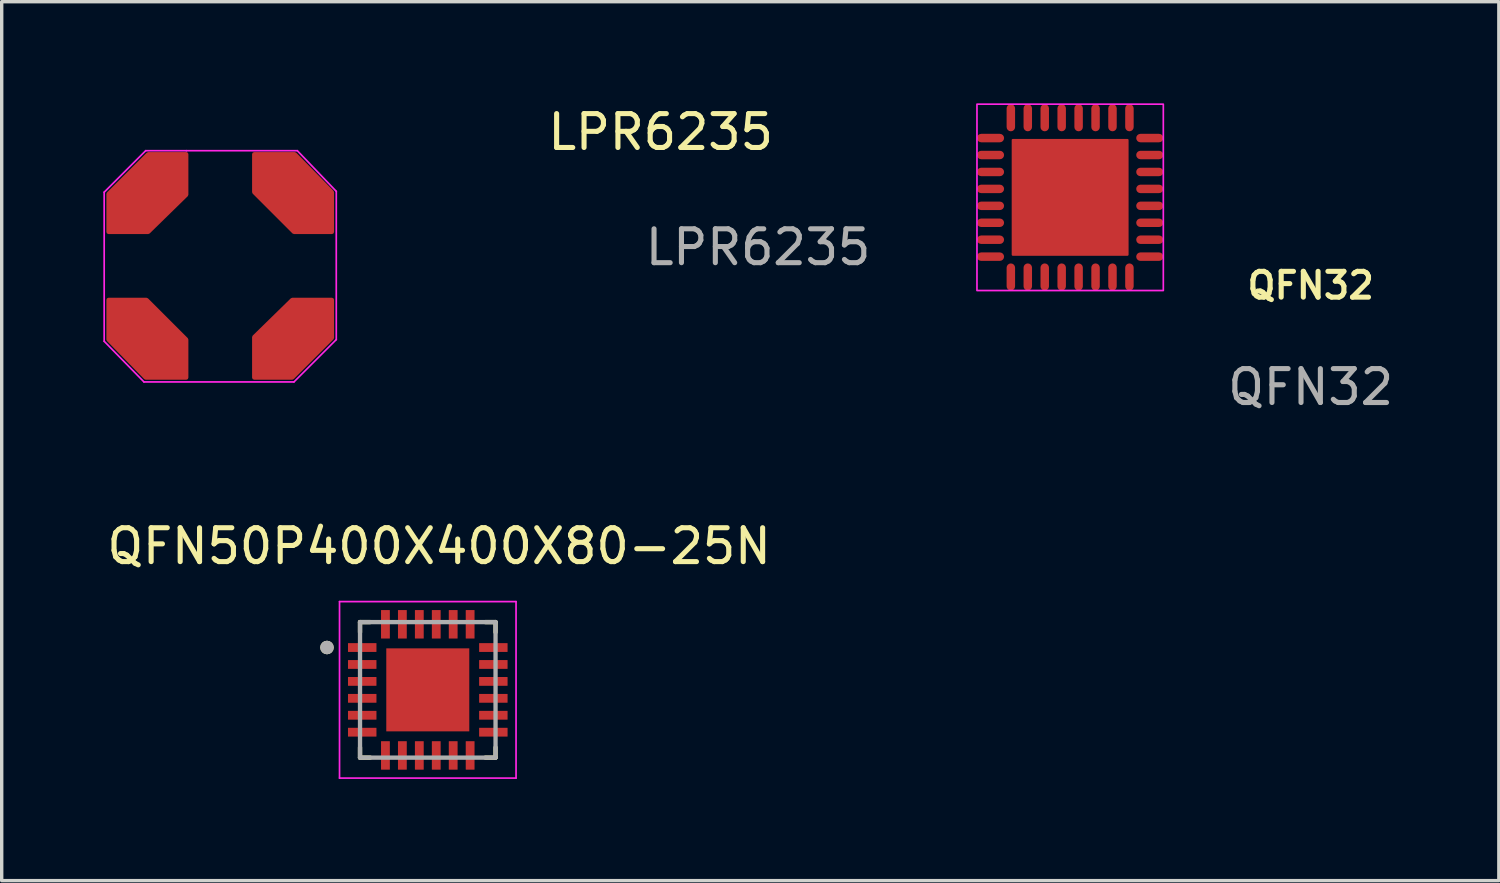
<source format=kicad_pcb>
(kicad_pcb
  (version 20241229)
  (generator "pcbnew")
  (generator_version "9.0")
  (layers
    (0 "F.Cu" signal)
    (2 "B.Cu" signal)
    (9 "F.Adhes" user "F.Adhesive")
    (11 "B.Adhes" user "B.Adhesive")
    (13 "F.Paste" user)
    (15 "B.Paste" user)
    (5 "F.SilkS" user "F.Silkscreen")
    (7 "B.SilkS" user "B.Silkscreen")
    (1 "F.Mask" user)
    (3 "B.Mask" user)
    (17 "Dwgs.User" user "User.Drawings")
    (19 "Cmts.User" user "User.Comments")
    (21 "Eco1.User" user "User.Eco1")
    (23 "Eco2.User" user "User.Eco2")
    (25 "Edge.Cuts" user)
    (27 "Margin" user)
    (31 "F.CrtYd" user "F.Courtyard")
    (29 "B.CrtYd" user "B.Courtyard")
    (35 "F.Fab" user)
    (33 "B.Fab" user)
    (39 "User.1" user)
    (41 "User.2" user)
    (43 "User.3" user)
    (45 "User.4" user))
  (footprint "LPR6235"
    (layer "F.Cu")
    (at 3.45 4.798)
    (property "Reference" "LPR6235" (at 13 -3.95 0) (unlocked yes) (layer "F.SilkS") (effects (font (size 1 1) (thickness 0.15))))
    (attr smd)
    (fp_poly (pts (xy -3.3 -1) (xy -3.3 -2.125) (xy -2.125 -3.3) (xy -1 -3.3) (xy -1 -2.1) (xy -2.125 -1)) (stroke (width 0.18) (type solid)) (fill yes) (layer "F.Mask"))
    (fp_poly (pts (xy -3.3 1) (xy -2.175 1) (xy -1 2.175) (xy -1 3.3) (xy -2.2 3.3) (xy -3.3 2.175)) (stroke (width 0.18) (type solid)) (fill yes) (layer "F.Mask"))
    (fp_poly (pts (xy 3.3 -1) (xy 2.175 -1) (xy 1 -2.175) (xy 1 -3.3) (xy 2.2 -3.3) (xy 3.3 -2.175)) (stroke (width 0.18) (type solid)) (fill yes) (layer "F.Mask"))
    (fp_poly (pts (xy 3.3 1) (xy 3.3 2.125) (xy 2.125 3.3) (xy 1 3.3) (xy 1 2.1) (xy 2.125 1)) (stroke (width 0.18) (type solid)) (fill yes) (layer "F.Mask"))
    (fp_line (start -3.425 -2.175) (end -3.425 2.225) (stroke (width 0.05) (type default)) (layer "F.CrtYd"))
    (fp_line (start -3.425 2.225) (end -2.25 3.425) (stroke (width 0.05) (type default)) (layer "F.CrtYd"))
    (fp_line (start -2.25 3.425) (end 2.175 3.425) (stroke (width 0.05) (type default)) (layer "F.CrtYd"))
    (fp_line (start -2.2 -3.4) (end -3.425 -2.175) (stroke (width 0.05) (type default)) (layer "F.CrtYd"))
    (fp_line (start -1 -3.4) (end -2.2 -3.4) (stroke (width 0.05) (type default)) (layer "F.CrtYd"))
    (fp_line (start 2.175 3.425) (end 3.425 2.175) (stroke (width 0.05) (type default)) (layer "F.CrtYd"))
    (fp_line (start 2.275 -3.4) (end -1 -3.4) (stroke (width 0.05) (type default)) (layer "F.CrtYd"))
    (fp_line (start 3.425 -2.2) (end 2.275 -3.4) (stroke (width 0.05) (type default)) (layer "F.CrtYd"))
    (fp_line (start 3.425 2.175) (end 3.425 -2.2) (stroke (width 0.05) (type default)) (layer "F.CrtYd"))
    (fp_text user "${REFERENCE}" (at 15.875 -0.55 0) (unlocked yes) (layer "F.Fab") (effects (font (size 1 1) (thickness 0.15))))
    (pad "1" smd custom (at -2.125 -2.125) (size 1 1) (layers "F.Cu" "F.Mask" "F.Paste") (options (anchor circle)) (primitives (gr_poly (pts (xy -0.5 -0.25) (xy -0.481 -0.346) (xy -0.427 -0.427) (xy -0.346 -0.481) (xy -0.25 -0.5) (xy 0.25 -0.5) (xy 0.346 -0.481) (xy 0.427 -0.427) (xy 0.481 -0.346) (xy 0.5 -0.25) (xy 0.5 0.25) (xy 0.481 0.346) (xy 0.427 0.427) (xy 0.346 0.481) (xy 0.25 0.5) (xy -0.25 0.5) (xy -0.346 0.481) (xy -0.427 0.427) (xy -0.481 0.346) (xy -0.5 0.25)) (width 0) (fill yes)) (gr_poly (pts (xy -1.175 1.125) (xy -1.175 0) (xy 0 -1.175) (xy 1.125 -1.175) (xy 1.125 0.025) (xy 0 1.125)) (width 0.12) (fill yes))))
    (pad "2" smd custom (at -2.125 2.125) (size 1 1) (layers "F.Cu" "F.Mask" "F.Paste") (options (anchor circle)) (primitives (gr_poly (pts (xy -0.5 -0.25) (xy -0.481 -0.346) (xy -0.427 -0.427) (xy -0.346 -0.481) (xy -0.25 -0.5) (xy 0.25 -0.5) (xy 0.346 -0.481) (xy 0.427 -0.427) (xy 0.481 -0.346) (xy 0.5 -0.25) (xy 0.5 0.25) (xy 0.481 0.346) (xy 0.427 0.427) (xy 0.346 0.481) (xy 0.25 0.5) (xy -0.25 0.5) (xy -0.346 0.481) (xy -0.427 0.427) (xy -0.481 0.346) (xy -0.5 0.25)) (width 0) (fill yes)) (gr_poly (pts (xy -1.175 -1.125) (xy -0.05 -1.125) (xy 1.125 0.05) (xy 1.125 1.175) (xy -0.075 1.175) (xy -1.175 0.05)) (width 0.12) (fill yes))))
    (pad "3" smd custom (at 2.125 2.125) (size 1 1) (layers "F.Cu" "F.Mask" "F.Paste") (options (anchor circle)) (primitives (gr_poly (pts (xy -0.5 -0.25) (xy -0.481 -0.346) (xy -0.427 -0.427) (xy -0.346 -0.481) (xy -0.25 -0.5) (xy 0.25 -0.5) (xy 0.346 -0.481) (xy 0.427 -0.427) (xy 0.481 -0.346) (xy 0.5 -0.25) (xy 0.5 0.25) (xy 0.481 0.346) (xy 0.427 0.427) (xy 0.346 0.481) (xy 0.25 0.5) (xy -0.25 0.5) (xy -0.346 0.481) (xy -0.427 0.427) (xy -0.481 0.346) (xy -0.5 0.25)) (width 0) (fill yes)) (gr_poly (pts (xy 1.175 -1.125) (xy 1.175 0) (xy 0 1.175) (xy -1.125 1.175) (xy -1.125 -0.025) (xy 0 -1.125)) (width 0.12) (fill yes))))
    (pad "4" smd custom (at 2.125 -2.125) (size 1 1) (layers "F.Cu" "F.Mask" "F.Paste") (options (anchor circle)) (primitives (gr_poly (pts (xy -0.5 -0.25) (xy -0.481 -0.346) (xy -0.427 -0.427) (xy -0.346 -0.481) (xy -0.25 -0.5) (xy 0.25 -0.5) (xy 0.346 -0.481) (xy 0.427 -0.427) (xy 0.481 -0.346) (xy 0.5 -0.25) (xy 0.5 0.25) (xy 0.481 0.346) (xy 0.427 0.427) (xy 0.346 0.481) (xy 0.25 0.5) (xy -0.25 0.5) (xy -0.346 0.481) (xy -0.427 0.427) (xy -0.481 0.346) (xy -0.5 0.25)) (width 0) (fill yes)) (gr_poly (pts (xy 1.175 1.125) (xy 0.05 1.125) (xy -1.125 -0.05) (xy -1.125 -1.175) (xy 0.075 -1.175) (xy 1.175 -0.05)) (width 0.12) (fill yes)))))
  (footprint "QFN50P400X400X80-25N"
    (layer "F.Cu")
    (at 9.576 17.311)
    (property "Reference" "QFN50P400X400X80-25N" (at 0.335 -4.24 0) (layer "F.SilkS") (effects (font (size 1 1) (thickness 0.15))))
    (attr smd)
    (fp_line (start -2 -2) (end -2 -1.7) (stroke (width 0.127) (type solid)) (layer "F.SilkS"))
    (fp_line (start -2 -2) (end -1.7 -2) (stroke (width 0.127) (type solid)) (layer "F.SilkS"))
    (fp_line (start -2 2) (end -2 1.7) (stroke (width 0.127) (type solid)) (layer "F.SilkS"))
    (fp_line (start -2 2) (end -1.7 2) (stroke (width 0.127) (type solid)) (layer "F.SilkS"))
    (fp_line (start 2 -2) (end 1.7 -2) (stroke (width 0.127) (type solid)) (layer "F.SilkS"))
    (fp_line (start 2 -2) (end 2 -1.7) (stroke (width 0.127) (type solid)) (layer "F.SilkS"))
    (fp_line (start 2 2) (end 1.7 2) (stroke (width 0.127) (type solid)) (layer "F.SilkS"))
    (fp_line (start 2 2) (end 2 1.7) (stroke (width 0.127) (type solid)) (layer "F.SilkS"))
    (fp_circle (center -2.975 -1.25) (end -2.875 -1.25) (stroke (width 0.2) (type solid)) (fill no) (layer "F.SilkS"))
    (fp_poly (pts (xy -0.77 -0.77) (xy 0.77 -0.77) (xy 0.77 0.77) (xy -0.77 0.77)) (stroke (width 0.01) (type solid)) (fill yes) (layer "F.Paste"))
    (fp_line (start -2.605 -2.605) (end 2.605 -2.605) (stroke (width 0.05) (type solid)) (layer "F.CrtYd"))
    (fp_line (start -2.605 2.605) (end -2.605 -2.605) (stroke (width 0.05) (type solid)) (layer "F.CrtYd"))
    (fp_line (start -2.605 2.605) (end 2.605 2.605) (stroke (width 0.05) (type solid)) (layer "F.CrtYd"))
    (fp_line (start 2.605 2.605) (end 2.605 -2.605) (stroke (width 0.05) (type solid)) (layer "F.CrtYd"))
    (fp_line (start -2 2) (end -2 -2) (stroke (width 0.127) (type solid)) (layer "F.Fab"))
    (fp_line (start 2 -2) (end -2 -2) (stroke (width 0.127) (type solid)) (layer "F.Fab"))
    (fp_line (start 2 2) (end -2 2) (stroke (width 0.127) (type solid)) (layer "F.Fab"))
    (fp_line (start 2 2) (end 2 -2) (stroke (width 0.127) (type solid)) (layer "F.Fab"))
    (fp_circle (center -2.975 -1.25) (end -2.875 -1.25) (stroke (width 0.2) (type solid)) (fill no) (layer "F.Fab"))
    (pad "1" smd roundrect (at -1.935 -1.25) (size 0.84 0.26) (layers "F.Cu" "F.Mask" "F.Paste") (roundrect_rratio 0.03))
    (pad "2" smd roundrect (at -1.935 -0.75) (size 0.84 0.26) (layers "F.Cu" "F.Mask" "F.Paste") (roundrect_rratio 0.03))
    (pad "3" smd roundrect (at -1.935 -0.25) (size 0.84 0.26) (layers "F.Cu" "F.Mask" "F.Paste") (roundrect_rratio 0.03))
    (pad "4" smd roundrect (at -1.935 0.25) (size 0.84 0.26) (layers "F.Cu" "F.Mask" "F.Paste") (roundrect_rratio 0.03))
    (pad "5" smd roundrect (at -1.935 0.75) (size 0.84 0.26) (layers "F.Cu" "F.Mask" "F.Paste") (roundrect_rratio 0.03))
    (pad "6" smd roundrect (at -1.935 1.25) (size 0.84 0.26) (layers "F.Cu" "F.Mask" "F.Paste") (roundrect_rratio 0.03))
    (pad "7" smd roundrect (at -1.25 1.935 90) (size 0.84 0.26) (layers "F.Cu" "F.Mask" "F.Paste") (roundrect_rratio 0.03))
    (pad "8" smd roundrect (at -0.75 1.935 90) (size 0.84 0.26) (layers "F.Cu" "F.Mask" "F.Paste") (roundrect_rratio 0.03))
    (pad "9" smd roundrect (at -0.25 1.935 90) (size 0.84 0.26) (layers "F.Cu" "F.Mask" "F.Paste") (roundrect_rratio 0.03))
    (pad "10" smd roundrect (at 0.25 1.935 90) (size 0.84 0.26) (layers "F.Cu" "F.Mask" "F.Paste") (roundrect_rratio 0.03))
    (pad "11" smd roundrect (at 0.75 1.935 90) (size 0.84 0.26) (layers "F.Cu" "F.Mask" "F.Paste") (roundrect_rratio 0.03))
    (pad "12" smd roundrect (at 1.25 1.935 90) (size 0.84 0.26) (layers "F.Cu" "F.Mask" "F.Paste") (roundrect_rratio 0.03))
    (pad "13" smd roundrect (at 1.935 1.25) (size 0.84 0.26) (layers "F.Cu" "F.Mask" "F.Paste") (roundrect_rratio 0.03))
    (pad "14" smd roundrect (at 1.935 0.75) (size 0.84 0.26) (layers "F.Cu" "F.Mask" "F.Paste") (roundrect_rratio 0.03))
    (pad "15" smd roundrect (at 1.935 0.25) (size 0.84 0.26) (layers "F.Cu" "F.Mask" "F.Paste") (roundrect_rratio 0.03))
    (pad "16" smd roundrect (at 1.935 -0.25) (size 0.84 0.26) (layers "F.Cu" "F.Mask" "F.Paste") (roundrect_rratio 0.03))
    (pad "17" smd roundrect (at 1.935 -0.75) (size 0.84 0.26) (layers "F.Cu" "F.Mask" "F.Paste") (roundrect_rratio 0.03))
    (pad "18" smd roundrect (at 1.935 -1.25) (size 0.84 0.26) (layers "F.Cu" "F.Mask" "F.Paste") (roundrect_rratio 0.03))
    (pad "19" smd roundrect (at 1.25 -1.935 90) (size 0.84 0.26) (layers "F.Cu" "F.Mask" "F.Paste") (roundrect_rratio 0.03))
    (pad "20" smd roundrect (at 0.75 -1.935 90) (size 0.84 0.26) (layers "F.Cu" "F.Mask" "F.Paste") (roundrect_rratio 0.03))
    (pad "21" smd roundrect (at 0.25 -1.935 90) (size 0.84 0.26) (layers "F.Cu" "F.Mask" "F.Paste") (roundrect_rratio 0.03))
    (pad "22" smd roundrect (at -0.25 -1.935 90) (size 0.84 0.26) (layers "F.Cu" "F.Mask" "F.Paste") (roundrect_rratio 0.03))
    (pad "23" smd roundrect (at -0.75 -1.935 90) (size 0.84 0.26) (layers "F.Cu" "F.Mask" "F.Paste") (roundrect_rratio 0.03))
    (pad "24" smd roundrect (at -1.25 -1.935 90) (size 0.84 0.26) (layers "F.Cu" "F.Mask" "F.Paste") (roundrect_rratio 0.03))
    (pad "25" smd rect (at 0 0) (size 2.45 2.45) (layers "F.Cu" "F.Mask")))
  (footprint "QFN32"
    (layer "F.Cu")
    (at 28.535 2.775)
    (property "Reference" "QFN32" (at 7.1 2.6 0) (unlocked yes) (layer "F.SilkS") (effects (font (size 0.762 0.762) (thickness 0.15))))
    (attr smd)
    (fp_rect (start -2.75 -2.75) (end 2.75 2.75) (stroke (width 0.05) (type default)) (fill no) (layer "F.CrtYd"))
    (fp_text user "${REFERENCE}" (at 7.1 5.6 0) (unlocked yes) (layer "F.Fab") (effects (font (size 1 1) (thickness 0.15))))
    (pad "1" smd roundrect (at -2.35 -1.75) (size 0.8 0.25) (layers "F.Cu" "F.Mask" "F.Paste") (roundrect_rratio 0.5))
    (pad "2" smd roundrect (at -2.35 -1.25) (size 0.8 0.25) (layers "F.Cu" "F.Mask" "F.Paste") (roundrect_rratio 0.5))
    (pad "3" smd roundrect (at -2.35 -0.75) (size 0.8 0.25) (layers "F.Cu" "F.Mask" "F.Paste") (roundrect_rratio 0.5))
    (pad "4" smd roundrect (at -2.35 -0.25) (size 0.8 0.25) (layers "F.Cu" "F.Mask" "F.Paste") (roundrect_rratio 0.5))
    (pad "5" smd roundrect (at -2.35 0.25) (size 0.8 0.25) (layers "F.Cu" "F.Mask" "F.Paste") (roundrect_rratio 0.5))
    (pad "6" smd roundrect (at -2.35 0.75) (size 0.8 0.25) (layers "F.Cu" "F.Mask" "F.Paste") (roundrect_rratio 0.5))
    (pad "7" smd roundrect (at -2.35 1.25) (size 0.8 0.25) (layers "F.Cu" "F.Mask" "F.Paste") (roundrect_rratio 0.5))
    (pad "8" smd roundrect (at -2.35 1.75) (size 0.8 0.25) (layers "F.Cu" "F.Mask" "F.Paste") (roundrect_rratio 0.5))
    (pad "9" smd roundrect (at -1.75 2.35 90) (size 0.8 0.25) (layers "F.Cu" "F.Mask" "F.Paste") (roundrect_rratio 0.5))
    (pad "10" smd roundrect (at -1.25 2.35 90) (size 0.8 0.25) (layers "F.Cu" "F.Mask" "F.Paste") (roundrect_rratio 0.5))
    (pad "11" smd roundrect (at -0.75 2.35 90) (size 0.8 0.25) (layers "F.Cu" "F.Mask" "F.Paste") (roundrect_rratio 0.5))
    (pad "12" smd roundrect (at -0.25 2.35 90) (size 0.8 0.25) (layers "F.Cu" "F.Mask" "F.Paste") (roundrect_rratio 0.5))
    (pad "13" smd roundrect (at 0.25 2.35 90) (size 0.8 0.25) (layers "F.Cu" "F.Mask" "F.Paste") (roundrect_rratio 0.5))
    (pad "14" smd roundrect (at 0.75 2.35 90) (size 0.8 0.25) (layers "F.Cu" "F.Mask" "F.Paste") (roundrect_rratio 0.5))
    (pad "15" smd roundrect (at 1.25 2.35 90) (size 0.8 0.25) (layers "F.Cu" "F.Mask" "F.Paste") (roundrect_rratio 0.5))
    (pad "16" smd roundrect (at 1.75 2.35 90) (size 0.8 0.25) (layers "F.Cu" "F.Mask" "F.Paste") (roundrect_rratio 0.5))
    (pad "17" smd roundrect (at 2.35 1.75 180) (size 0.8 0.25) (layers "F.Cu" "F.Mask" "F.Paste") (roundrect_rratio 0.5))
    (pad "18" smd roundrect (at 2.35 1.25 180) (size 0.8 0.25) (layers "F.Cu" "F.Mask" "F.Paste") (roundrect_rratio 0.5))
    (pad "19" smd roundrect (at 2.35 0.75 180) (size 0.8 0.25) (layers "F.Cu" "F.Mask" "F.Paste") (roundrect_rratio 0.5))
    (pad "20" smd roundrect (at 2.35 0.25 180) (size 0.8 0.25) (layers "F.Cu" "F.Mask" "F.Paste") (roundrect_rratio 0.5))
    (pad "21" smd roundrect (at 2.35 -0.25 180) (size 0.8 0.25) (layers "F.Cu" "F.Mask" "F.Paste") (roundrect_rratio 0.5))
    (pad "22" smd roundrect (at 2.35 -0.75 180) (size 0.8 0.25) (layers "F.Cu" "F.Mask" "F.Paste") (roundrect_rratio 0.5))
    (pad "23" smd roundrect (at 2.35 -1.25 180) (size 0.8 0.25) (layers "F.Cu" "F.Mask" "F.Paste") (roundrect_rratio 0.5))
    (pad "24" smd roundrect (at 2.35 -1.75 180) (size 0.8 0.25) (layers "F.Cu" "F.Mask" "F.Paste") (roundrect_rratio 0.5))
    (pad "25" smd roundrect (at 1.75 -2.35 270) (size 0.8 0.25) (layers "F.Cu" "F.Mask" "F.Paste") (roundrect_rratio 0.5))
    (pad "26" smd roundrect (at 1.25 -2.35 270) (size 0.8 0.25) (layers "F.Cu" "F.Mask" "F.Paste") (roundrect_rratio 0.5))
    (pad "27" smd roundrect (at 0.75 -2.35 270) (size 0.8 0.25) (layers "F.Cu" "F.Mask" "F.Paste") (roundrect_rratio 0.5))
    (pad "28" smd roundrect (at 0.25 -2.35 270) (size 0.8 0.25) (layers "F.Cu" "F.Mask" "F.Paste") (roundrect_rratio 0.5))
    (pad "29" smd roundrect (at -0.25 -2.35 270) (size 0.8 0.25) (layers "F.Cu" "F.Mask" "F.Paste") (roundrect_rratio 0.5))
    (pad "30" smd roundrect (at -0.75 -2.35 270) (size 0.8 0.25) (layers "F.Cu" "F.Mask" "F.Paste") (roundrect_rratio 0.5))
    (pad "31" smd roundrect (at -1.25 -2.35 270) (size 0.8 0.25) (layers "F.Cu" "F.Mask" "F.Paste") (roundrect_rratio 0.5))
    (pad "32" smd roundrect (at -1.75 -2.35 270) (size 0.8 0.25) (layers "F.Cu" "F.Mask" "F.Paste") (roundrect_rratio 0.5))
    (pad "33" smd roundrect (at 0 0 270) (size 3.45 3.45) (layers "F.Cu" "F.Mask" "F.Paste") (roundrect_rratio 0.01)))
  (gr_rect
    (start -3 -3)
    (end 41.188 22.942)
    (stroke (width 0.1) (type default))
    (fill no)
    (layer "Edge.Cuts")))
</source>
